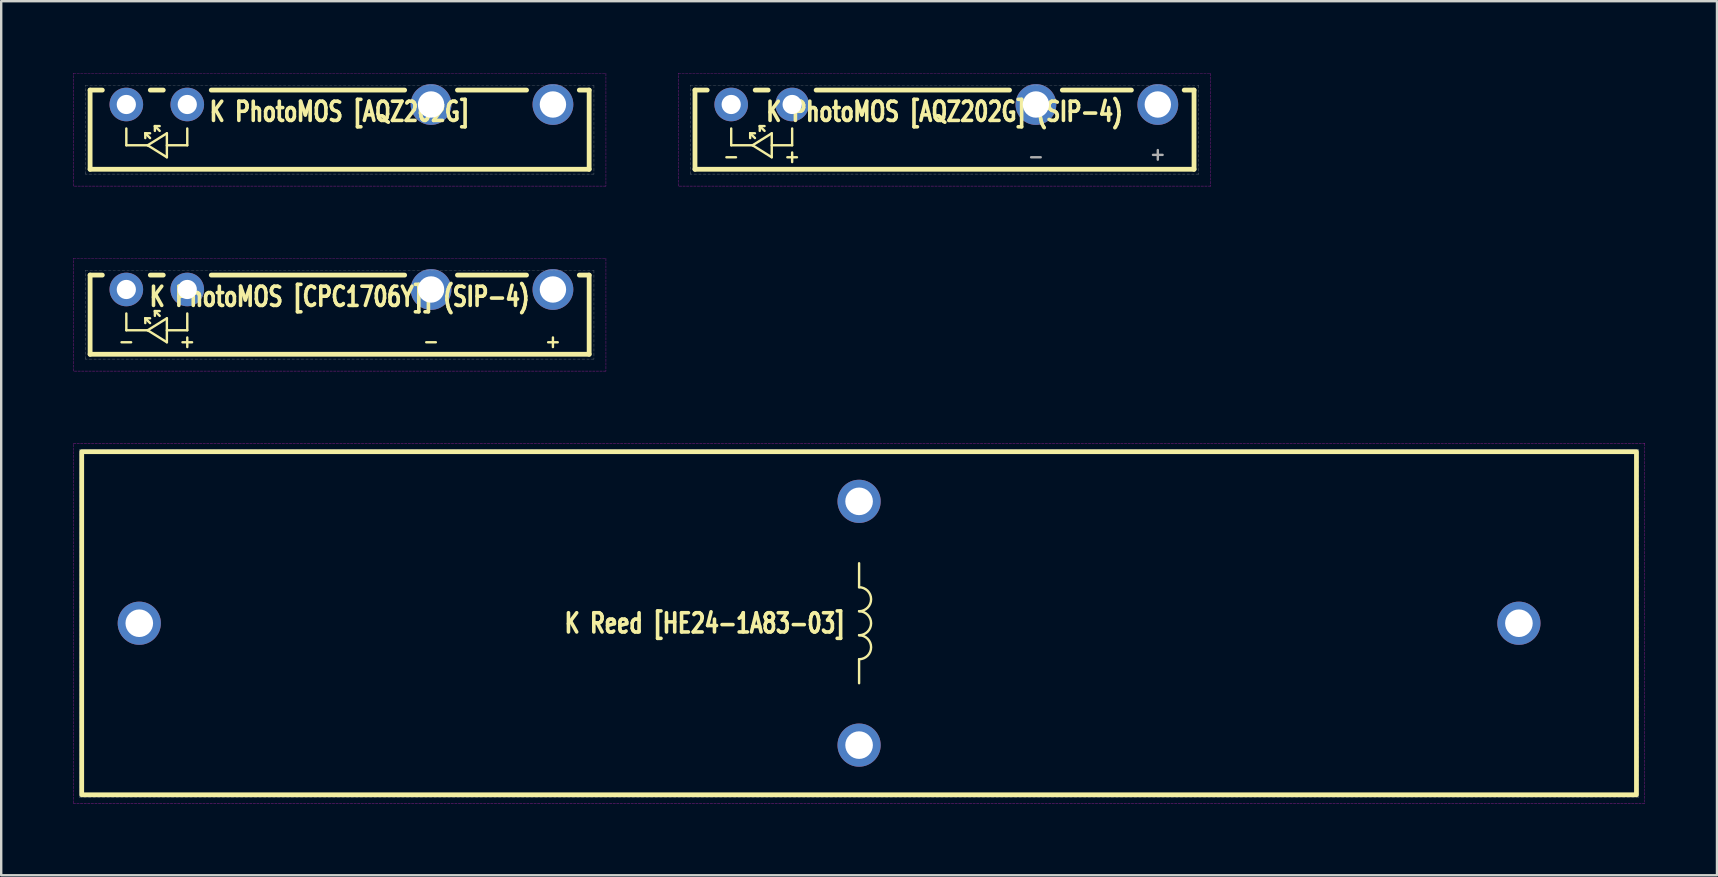
<source format=kicad_pcb>
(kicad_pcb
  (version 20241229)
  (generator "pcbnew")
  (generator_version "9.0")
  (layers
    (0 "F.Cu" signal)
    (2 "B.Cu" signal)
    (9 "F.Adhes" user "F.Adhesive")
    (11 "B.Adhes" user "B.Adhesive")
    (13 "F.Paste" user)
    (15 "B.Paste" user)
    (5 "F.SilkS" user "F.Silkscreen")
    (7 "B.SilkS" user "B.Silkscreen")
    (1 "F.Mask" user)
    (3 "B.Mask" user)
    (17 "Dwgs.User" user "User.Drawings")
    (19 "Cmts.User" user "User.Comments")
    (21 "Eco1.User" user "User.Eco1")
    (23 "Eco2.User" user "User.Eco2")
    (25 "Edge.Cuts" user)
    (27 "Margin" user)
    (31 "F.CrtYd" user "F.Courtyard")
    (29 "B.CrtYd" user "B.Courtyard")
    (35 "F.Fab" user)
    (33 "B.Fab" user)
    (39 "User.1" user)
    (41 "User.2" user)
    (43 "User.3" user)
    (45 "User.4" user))
  (footprint "K PhotoMOS [CPC1706Y]] (SIP-4)"
    (layer "F.Cu")
    (at 11.105 9.015)
    (property "Reference" "K PhotoMOS [CPC1706Y]] (SIP-4)" (at 0 0.3 0) (layer "F.SilkS") (effects (font (size 0.8 0.6) (thickness 0.15) (bold yes))))
    (attr through_hole)
    (fp_line (start -10.4 -0.6) (end -10.4 2.7) (stroke (width 0.2) (type solid)) (layer "F.SilkS"))
    (fp_line (start -10.4 -0.6) (end -9.89 -0.6) (stroke (width 0.2) (type solid)) (layer "F.SilkS"))
    (fp_line (start -10.4 2.7) (end 10.4 2.7) (stroke (width 0.2) (type solid)) (layer "F.SilkS"))
    (fp_line (start -8.89 1.7) (end -8.89 1) (stroke (width 0.1) (type solid)) (layer "F.SilkS"))
    (fp_line (start -8.89 1.7) (end -8 1.7) (stroke (width 0.1) (type solid)) (layer "F.SilkS"))
    (fp_line (start -8.69 2.2) (end -9.09 2.2) (stroke (width 0.1) (type solid)) (layer "F.SilkS"))
    (fp_line (start -8.1 1.2) (end -8.1 1.4) (stroke (width 0.1) (type solid)) (layer "F.SilkS"))
    (fp_line (start -8.1 1.2) (end -7.9 1.4) (stroke (width 0.1) (type solid)) (layer "F.SilkS"))
    (fp_line (start -8 1.7) (end -7.2 1.2) (stroke (width 0.1) (type solid)) (layer "F.SilkS"))
    (fp_line (start -8 1.7) (end -7.2 2.2) (stroke (width 0.1) (type solid)) (layer "F.SilkS"))
    (fp_line (start -7.9 1.2) (end -8.1 1.2) (stroke (width 0.1) (type solid)) (layer "F.SilkS"))
    (fp_line (start -7.7 0.9) (end -7.7 1.1) (stroke (width 0.1) (type solid)) (layer "F.SilkS"))
    (fp_line (start -7.7 0.9) (end -7.5 1.1) (stroke (width 0.1) (type solid)) (layer "F.SilkS"))
    (fp_line (start -7.5 0.9) (end -7.7 0.9) (stroke (width 0.1) (type solid)) (layer "F.SilkS"))
    (fp_line (start -7.35 -0.6) (end -7.89 -0.6) (stroke (width 0.2) (type solid)) (layer "F.SilkS"))
    (fp_line (start -7.2 1.7) (end -6.35 1.7) (stroke (width 0.1) (type solid)) (layer "F.SilkS"))
    (fp_line (start -7.2 2.2) (end -7.2 1.2) (stroke (width 0.1) (type solid)) (layer "F.SilkS"))
    (fp_line (start -6.35 1.7) (end -6.35 1) (stroke (width 0.1) (type solid)) (layer "F.SilkS"))
    (fp_line (start -6.35 2.4) (end -6.35 2) (stroke (width 0.1) (type solid)) (layer "F.SilkS"))
    (fp_line (start -6.15 2.2) (end -6.55 2.2) (stroke (width 0.1) (type solid)) (layer "F.SilkS"))
    (fp_line (start -5.35 -0.6) (end 2.71 -0.6) (stroke (width 0.2) (type solid)) (layer "F.SilkS"))
    (fp_line (start 4.01 2.2) (end 3.61 2.2) (stroke (width 0.1) (type solid)) (layer "F.SilkS"))
    (fp_line (start 4.91 -0.6) (end 7.79 -0.6) (stroke (width 0.2) (type solid)) (layer "F.SilkS"))
    (fp_line (start 8.89 2.4) (end 8.89 2) (stroke (width 0.1) (type solid)) (layer "F.SilkS"))
    (fp_line (start 9.09 2.2) (end 8.69 2.2) (stroke (width 0.1) (type solid)) (layer "F.SilkS"))
    (fp_line (start 9.99 -0.6) (end 10.4 -0.6) (stroke (width 0.2) (type solid)) (layer "F.SilkS"))
    (fp_line (start 10.4 -0.6) (end 10.4 2.7) (stroke (width 0.2) (type solid)) (layer "F.SilkS"))
    (fp_rect (start -11.1 -1.3) (end 11.1 3.4) (stroke (width 0.01) (type dash)) (fill no) (layer "F.CrtYd"))
    (fp_rect (start -10.6 -0.8) (end 10.6 2.9) (stroke (width 0.01) (type dash_dot)) (fill no) (layer "F.Fab"))
    (pad "1" thru_hole circle (at -8.89 0) (size 1.4 1.4) (drill 0.8) (layers "*.Cu" "*.Mask"))
    (pad "2" thru_hole circle (at -6.35 0) (size 1.4 1.4) (drill 0.8) (layers "*.Cu" "*.Mask"))
    (pad "3" thru_hole circle (at 3.81 0) (size 1.7 1.7) (drill 1.1) (layers "*.Cu" "*.Mask"))
    (pad "4" thru_hole circle (at 8.89 0) (size 1.7 1.7) (drill 1.1) (layers "*.Cu" "*.Mask")))
  (footprint "K Reed [HE24-1A83-03]"
    (layer "F.Cu")
    (at 32.755 22.925)
    (property "Reference" "K Reed [HE24-1A83-03]" (at -0.5 0 0) (layer "F.SilkS") (effects (font (size 0.8 0.6) (thickness 0.15) (bold yes)) (justify right)))
    (attr through_hole)
    (fp_line (start 0 -1.5) (end 0 -2.5) (stroke (width 0.1) (type default)) (layer "F.SilkS"))
    (fp_line (start 0 2.5) (end 0 1.5) (stroke (width 0.1) (type default)) (layer "F.SilkS"))
    (fp_rect (start -32.4 -7.15) (end 32.4 7.15) (stroke (width 0.2) (type default)) (fill no) (layer "F.SilkS"))
    (fp_arc (start 0 -1.5) (mid 0.5 -1) (end 0 -0.5) (stroke (width 0.1) (type default)) (layer "F.SilkS"))
    (fp_arc (start 0 -0.5) (mid 0.5 0) (end 0 0.5) (stroke (width 0.1) (type default)) (layer "F.SilkS"))
    (fp_arc (start 0 0.5) (mid 0.5 1) (end 0 1.5) (stroke (width 0.1) (type default)) (layer "F.SilkS"))
    (fp_rect (start -32.75 -7.5) (end 32.75 7.5) (stroke (width 0.01) (type dash)) (fill no) (layer "F.CrtYd"))
    (fp_rect (start -32.5 -7.25) (end 32.5 7.25) (stroke (width 0.01) (type dash_dot)) (fill no) (layer "F.Fab"))
    (pad "1" thru_hole circle (at 0 -5.08) (size 1.8 1.8) (drill 1.15) (layers "*.Cu" "*.Mask"))
    (pad "2" thru_hole circle (at 0 5.08) (size 1.8 1.8) (drill 1.15) (layers "*.Cu" "*.Mask"))
    (pad "3" thru_hole circle (at -30 0) (size 1.8 1.8) (drill 1.15) (layers "*.Cu" "*.Mask"))
    (pad "4" thru_hole circle (at 27.5 0) (size 1.8 1.8) (drill 1.15) (layers "*.Cu" "*.Mask")))
  (footprint "K PhotoMOS [AQZ202G] (SIP-4)"
    (layer "F.Cu")
    (at 36.315 1.305)
    (property "Reference" "K PhotoMOS [AQZ202G] (SIP-4)" (at 0 0.3 0) (layer "F.SilkS") (effects (font (size 0.8 0.6) (thickness 0.15) (bold yes))))
    (attr through_hole)
    (fp_line (start -10.4 -0.6) (end -10.4 2.7) (stroke (width 0.2) (type solid)) (layer "F.SilkS"))
    (fp_line (start -10.4 -0.6) (end -9.89 -0.6) (stroke (width 0.2) (type solid)) (layer "F.SilkS"))
    (fp_line (start -10.4 2.7) (end 10.4 2.7) (stroke (width 0.2) (type solid)) (layer "F.SilkS"))
    (fp_line (start -8.89 1.7) (end -8.89 1) (stroke (width 0.1) (type solid)) (layer "F.SilkS"))
    (fp_line (start -8.89 1.7) (end -8 1.7) (stroke (width 0.1) (type solid)) (layer "F.SilkS"))
    (fp_line (start -8.69 2.2) (end -9.09 2.2) (stroke (width 0.1) (type solid)) (layer "F.SilkS"))
    (fp_line (start -8.1 1.2) (end -8.1 1.4) (stroke (width 0.1) (type solid)) (layer "F.SilkS"))
    (fp_line (start -8.1 1.2) (end -7.9 1.4) (stroke (width 0.1) (type solid)) (layer "F.SilkS"))
    (fp_line (start -8 1.7) (end -7.2 1.2) (stroke (width 0.1) (type solid)) (layer "F.SilkS"))
    (fp_line (start -8 1.7) (end -7.2 2.2) (stroke (width 0.1) (type solid)) (layer "F.SilkS"))
    (fp_line (start -7.9 1.2) (end -8.1 1.2) (stroke (width 0.1) (type solid)) (layer "F.SilkS"))
    (fp_line (start -7.7 0.9) (end -7.7 1.1) (stroke (width 0.1) (type solid)) (layer "F.SilkS"))
    (fp_line (start -7.7 0.9) (end -7.5 1.1) (stroke (width 0.1) (type solid)) (layer "F.SilkS"))
    (fp_line (start -7.5 0.9) (end -7.7 0.9) (stroke (width 0.1) (type solid)) (layer "F.SilkS"))
    (fp_line (start -7.35 -0.6) (end -7.89 -0.6) (stroke (width 0.2) (type solid)) (layer "F.SilkS"))
    (fp_line (start -7.2 1.7) (end -6.35 1.7) (stroke (width 0.1) (type solid)) (layer "F.SilkS"))
    (fp_line (start -7.2 2.2) (end -7.2 1.2) (stroke (width 0.1) (type solid)) (layer "F.SilkS"))
    (fp_line (start -6.35 1.7) (end -6.35 1) (stroke (width 0.1) (type solid)) (layer "F.SilkS"))
    (fp_line (start -6.35 2.4) (end -6.35 2) (stroke (width 0.1) (type solid)) (layer "F.SilkS"))
    (fp_line (start -6.15 2.2) (end -6.55 2.2) (stroke (width 0.1) (type solid)) (layer "F.SilkS"))
    (fp_line (start -5.35 -0.6) (end 2.71 -0.6) (stroke (width 0.2) (type solid)) (layer "F.SilkS"))
    (fp_line (start 4.91 -0.6) (end 7.79 -0.6) (stroke (width 0.2) (type solid)) (layer "F.SilkS"))
    (fp_line (start 9.99 -0.6) (end 10.4 -0.6) (stroke (width 0.2) (type solid)) (layer "F.SilkS"))
    (fp_line (start 10.4 -0.6) (end 10.4 2.7) (stroke (width 0.2) (type solid)) (layer "F.SilkS"))
    (fp_rect (start -11.1 -1.3) (end 11.1 3.4) (stroke (width 0.01) (type dash)) (fill no) (layer "F.CrtYd"))
    (fp_line (start 4.01 2.2) (end 3.61 2.2) (stroke (width 0.1) (type solid)) (layer "F.Fab"))
    (fp_line (start 8.89 2.3) (end 8.89 1.9) (stroke (width 0.1) (type solid)) (layer "F.Fab"))
    (fp_line (start 9.09 2.1) (end 8.69 2.1) (stroke (width 0.1) (type solid)) (layer "F.Fab"))
    (fp_rect (start -10.6 -0.8) (end 10.6 2.9) (stroke (width 0.01) (type dash_dot)) (fill no) (layer "F.Fab"))
    (pad "1" thru_hole circle (at -8.89 0) (size 1.4 1.4) (drill 0.8) (layers "*.Cu" "*.Mask"))
    (pad "2" thru_hole circle (at -6.35 0) (size 1.4 1.4) (drill 0.8) (layers "*.Cu" "*.Mask"))
    (pad "3" thru_hole circle (at 3.81 0) (size 1.7 1.7) (drill 1.1) (layers "*.Cu" "*.Mask"))
    (pad "4" thru_hole circle (at 8.89 0) (size 1.7 1.7) (drill 1.1) (layers "*.Cu" "*.Mask")))
  (footprint "K PhotoMOS [AQZ202G]"
    (layer "F.Cu")
    (at 11.105 1.305)
    (property "Reference" "K PhotoMOS [AQZ202G]" (at 0 0.3 0) (layer "F.SilkS") (effects (font (size 0.8 0.6) (thickness 0.15) (bold yes))))
    (attr through_hole)
    (fp_line (start -10.4 -0.6) (end -10.4 2.7) (stroke (width 0.2) (type solid)) (layer "F.SilkS"))
    (fp_line (start -10.4 -0.6) (end -9.89 -0.6) (stroke (width 0.2) (type solid)) (layer "F.SilkS"))
    (fp_line (start -10.4 2.7) (end 10.4 2.7) (stroke (width 0.2) (type solid)) (layer "F.SilkS"))
    (fp_line (start -8.89 1.7) (end -8.89 1) (stroke (width 0.1) (type solid)) (layer "F.SilkS"))
    (fp_line (start -8.89 1.7) (end -8 1.7) (stroke (width 0.1) (type solid)) (layer "F.SilkS"))
    (fp_line (start -8.1 1.2) (end -8.1 1.4) (stroke (width 0.1) (type solid)) (layer "F.SilkS"))
    (fp_line (start -8.1 1.2) (end -7.9 1.4) (stroke (width 0.1) (type solid)) (layer "F.SilkS"))
    (fp_line (start -8 1.7) (end -7.2 1.2) (stroke (width 0.1) (type solid)) (layer "F.SilkS"))
    (fp_line (start -8 1.7) (end -7.2 2.2) (stroke (width 0.1) (type solid)) (layer "F.SilkS"))
    (fp_line (start -7.9 1.2) (end -8.1 1.2) (stroke (width 0.1) (type solid)) (layer "F.SilkS"))
    (fp_line (start -7.7 0.9) (end -7.7 1.1) (stroke (width 0.1) (type solid)) (layer "F.SilkS"))
    (fp_line (start -7.7 0.9) (end -7.5 1.1) (stroke (width 0.1) (type solid)) (layer "F.SilkS"))
    (fp_line (start -7.5 0.9) (end -7.7 0.9) (stroke (width 0.1) (type solid)) (layer "F.SilkS"))
    (fp_line (start -7.35 -0.6) (end -7.89 -0.6) (stroke (width 0.2) (type solid)) (layer "F.SilkS"))
    (fp_line (start -7.2 1.7) (end -6.35 1.7) (stroke (width 0.1) (type solid)) (layer "F.SilkS"))
    (fp_line (start -7.2 2.2) (end -7.2 1.2) (stroke (width 0.1) (type solid)) (layer "F.SilkS"))
    (fp_line (start -6.35 1.7) (end -6.35 1) (stroke (width 0.1) (type solid)) (layer "F.SilkS"))
    (fp_line (start -5.35 -0.6) (end 2.71 -0.6) (stroke (width 0.2) (type solid)) (layer "F.SilkS"))
    (fp_line (start 4.91 -0.6) (end 7.79 -0.6) (stroke (width 0.2) (type solid)) (layer "F.SilkS"))
    (fp_line (start 9.99 -0.6) (end 10.4 -0.6) (stroke (width 0.2) (type solid)) (layer "F.SilkS"))
    (fp_line (start 10.4 -0.6) (end 10.4 2.7) (stroke (width 0.2) (type solid)) (layer "F.SilkS"))
    (fp_rect (start -11.1 -1.3) (end 11.1 3.4) (stroke (width 0.01) (type dash)) (fill no) (layer "F.CrtYd"))
    (fp_rect (start -10.6 -0.8) (end 10.6 2.9) (stroke (width 0.01) (type dash_dot)) (fill no) (layer "F.Fab"))
    (pad "1" thru_hole circle (at -8.89 0) (size 1.4 1.4) (drill 0.8) (layers "*.Cu" "*.Mask"))
    (pad "2" thru_hole circle (at -6.35 0) (size 1.4 1.4) (drill 0.8) (layers "*.Cu" "*.Mask"))
    (pad "3" thru_hole circle (at 3.81 0) (size 1.7 1.7) (drill 1.1) (layers "*.Cu" "*.Mask"))
    (pad "4" thru_hole circle (at 8.89 0) (size 1.7 1.7) (drill 1.1) (layers "*.Cu" "*.Mask")))
  (gr_rect
    (start -3 -3)
    (end 68.51 33.43)
    (stroke (width 0.1) (type default))
    (fill no)
    (layer "Edge.Cuts")))
</source>
